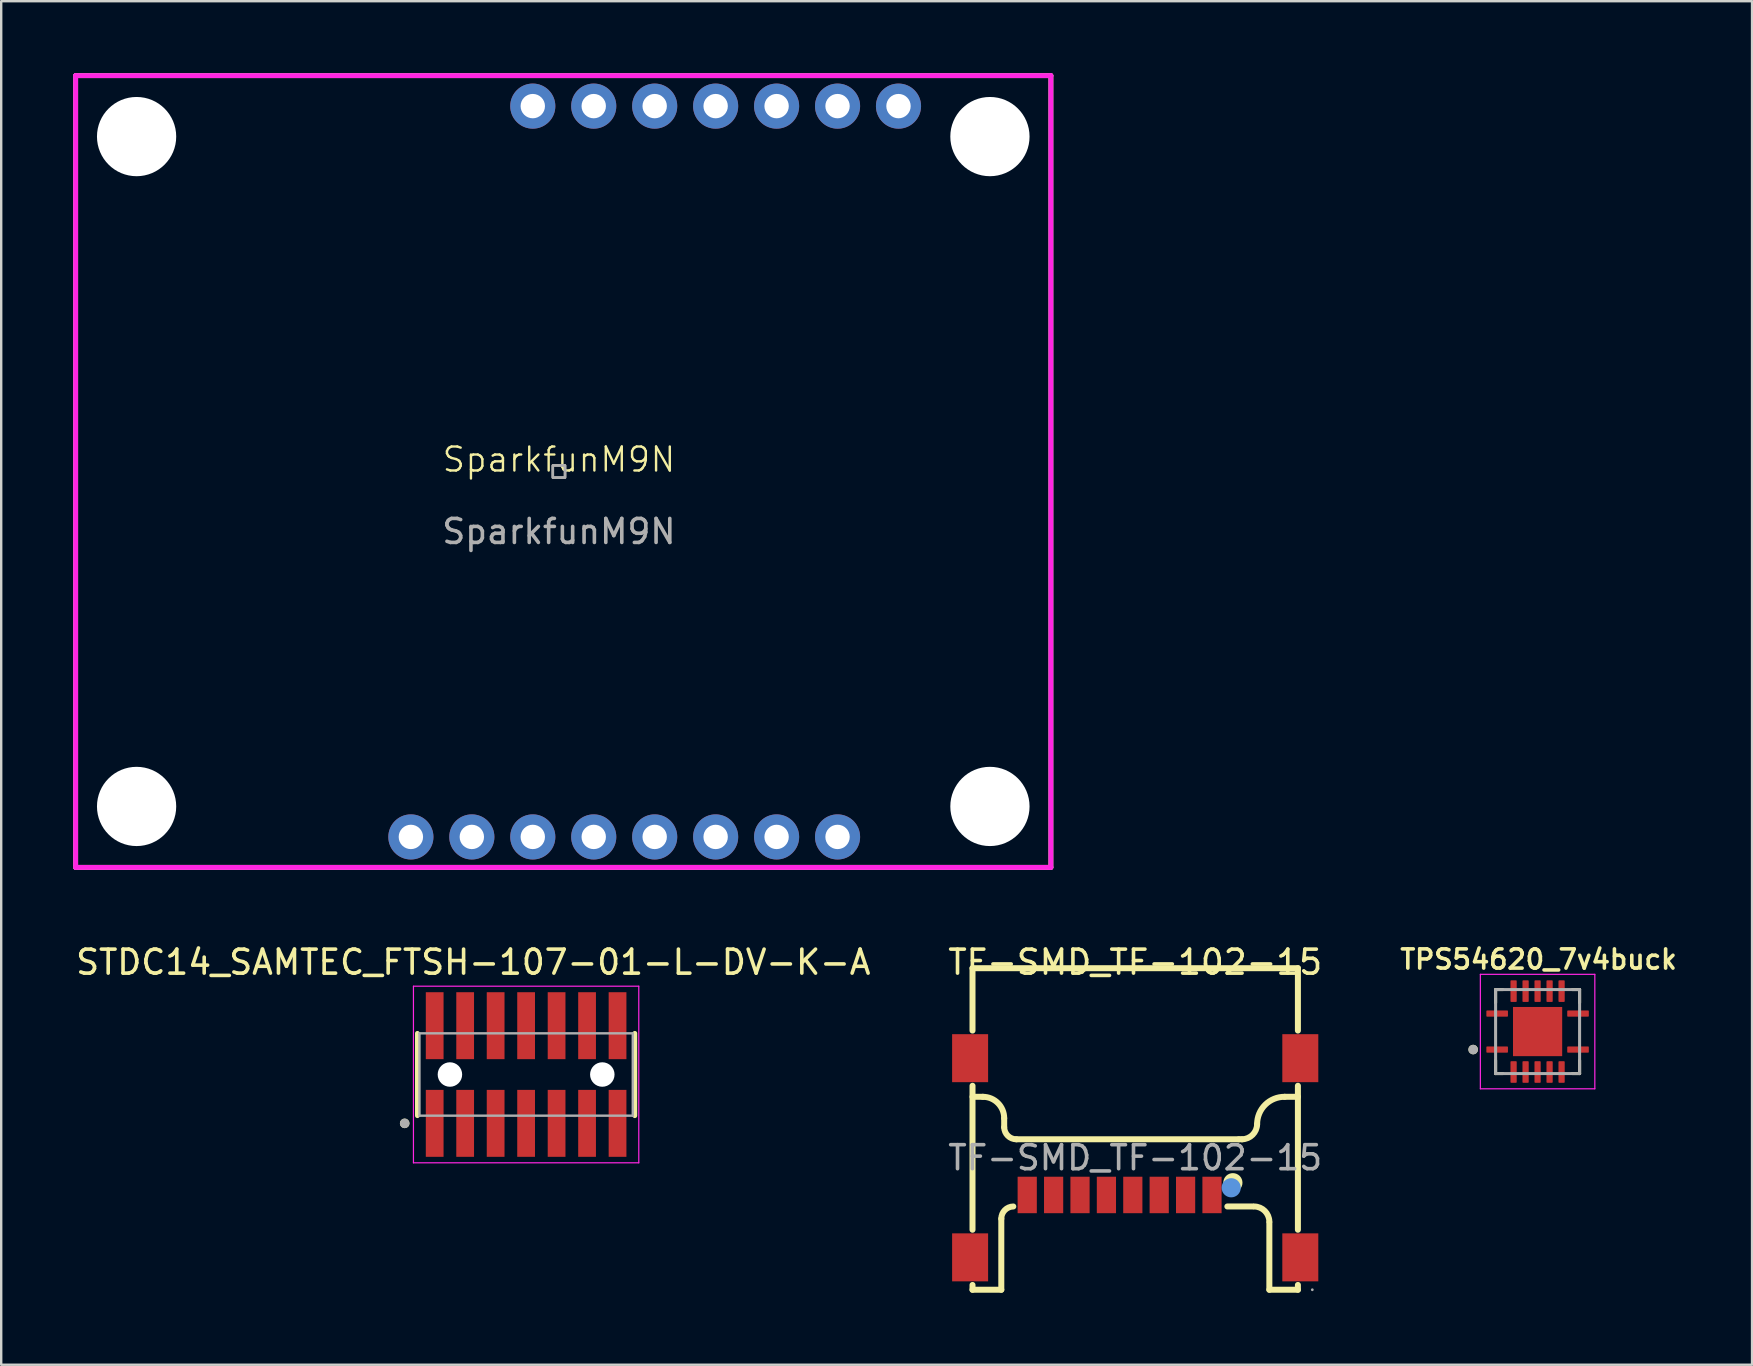
<source format=kicad_pcb>
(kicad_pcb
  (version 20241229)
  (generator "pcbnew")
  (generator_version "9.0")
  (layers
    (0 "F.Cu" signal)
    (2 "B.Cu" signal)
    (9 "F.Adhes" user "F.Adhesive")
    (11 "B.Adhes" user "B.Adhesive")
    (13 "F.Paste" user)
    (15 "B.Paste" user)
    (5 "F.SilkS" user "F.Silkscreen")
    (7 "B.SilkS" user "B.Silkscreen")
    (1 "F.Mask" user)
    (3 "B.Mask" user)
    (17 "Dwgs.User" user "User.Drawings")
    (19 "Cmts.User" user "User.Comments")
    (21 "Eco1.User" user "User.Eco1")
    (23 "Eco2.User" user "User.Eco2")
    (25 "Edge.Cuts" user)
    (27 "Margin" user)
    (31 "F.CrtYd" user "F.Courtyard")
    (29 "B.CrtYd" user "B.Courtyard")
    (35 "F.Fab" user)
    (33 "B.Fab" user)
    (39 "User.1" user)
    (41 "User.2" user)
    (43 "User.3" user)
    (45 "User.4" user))
  (footprint "STDC14_SAMTEC_FTSH-107-01-L-DV-K-A"
    (layer "F.Cu")
    (at 18.874 41.727)
    (property "Reference" "STDC14_SAMTEC_FTSH-107-01-L-DV-K-A" (at -2.201 -4.681 0) (layer "F.SilkS") (effects (font (size 1 1) (thickness 0.15))))
    (attr smd)
    (fp_circle (center -3.175 0) (end -2.614 0) (stroke (width 0) (type solid)) (fill yes) (layer "B.Mask"))
    (fp_circle (center 3.175 0) (end 3.736 0) (stroke (width 0) (type solid)) (fill yes) (layer "B.Mask"))
    (fp_line (start -4.53 -1.715) (end -4.53 1.715) (stroke (width 0.2) (type solid)) (layer "F.SilkS"))
    (fp_line (start 4.53 1.715) (end 4.53 -1.715) (stroke (width 0.2) (type solid)) (layer "F.SilkS"))
    (fp_circle (center -5.06 2.035) (end -4.96 2.035) (stroke (width 0.2) (type solid)) (fill no) (layer "F.SilkS"))
    (fp_poly (pts (xy -1.64 -3.427) (xy -0.9 -3.427) (xy -0.9 -0.637) (xy -1.64 -0.637)) (stroke (width 0.01) (type solid)) (fill yes) (layer "F.Paste"))
    (fp_poly (pts (xy -1.64 0.637) (xy -0.9 0.637) (xy -0.9 3.427) (xy -1.64 3.427)) (stroke (width 0.01) (type solid)) (fill yes) (layer "F.Paste"))
    (fp_poly (pts (xy -0.37 -3.427) (xy 0.37 -3.427) (xy 0.37 -0.637) (xy -0.37 -0.637)) (stroke (width 0.01) (type solid)) (fill yes) (layer "F.Paste"))
    (fp_poly (pts (xy -0.37 0.637) (xy 0.37 0.637) (xy 0.37 3.427) (xy -0.37 3.427)) (stroke (width 0.01) (type solid)) (fill yes) (layer "F.Paste"))
    (fp_poly (pts (xy 0.9 -3.427) (xy 1.64 -3.427) (xy 1.64 -0.637) (xy 0.9 -0.637)) (stroke (width 0.01) (type solid)) (fill yes) (layer "F.Paste"))
    (fp_poly (pts (xy 0.9 0.637) (xy 1.64 0.637) (xy 1.64 3.427) (xy 0.9 3.427)) (stroke (width 0.01) (type solid)) (fill yes) (layer "F.Paste"))
    (fp_poly (pts (xy 2.17 -3.427) (xy 2.91 -3.427) (xy 2.91 -0.637) (xy 2.17 -0.637)) (stroke (width 0.01) (type solid)) (fill yes) (layer "F.Paste"))
    (fp_poly (pts (xy 2.17 0.637) (xy 2.91 0.637) (xy 2.91 3.427) (xy 2.17 3.427)) (stroke (width 0.01) (type solid)) (fill yes) (layer "F.Paste"))
    (fp_poly (pts (xy 3.44 -3.427) (xy 4.18 -3.427) (xy 4.18 -0.637) (xy 3.44 -0.637)) (stroke (width 0.01) (type solid)) (fill yes) (layer "F.Paste"))
    (fp_poly (pts (xy 3.44 0.637) (xy 4.18 0.637) (xy 4.18 3.427) (xy 3.44 3.427)) (stroke (width 0.01) (type solid)) (fill yes) (layer "F.Paste"))
    (fp_line (start -4.695 -3.68) (end 4.695 -3.68) (stroke (width 0.05) (type solid)) (layer "F.CrtYd"))
    (fp_line (start -4.695 3.68) (end -4.695 -3.68) (stroke (width 0.05) (type solid)) (layer "F.CrtYd"))
    (fp_line (start 4.695 -3.68) (end 4.695 3.68) (stroke (width 0.05) (type solid)) (layer "F.CrtYd"))
    (fp_line (start 4.695 3.68) (end -4.695 3.68) (stroke (width 0.05) (type solid)) (layer "F.CrtYd"))
    (fp_line (start -4.445 1.715) (end -4.445 -1.715) (stroke (width 0.1) (type solid)) (layer "F.Fab"))
    (fp_line (start -4.445 1.715) (end 4.445 1.715) (stroke (width 0.1) (type solid)) (layer "F.Fab"))
    (fp_line (start 4.445 -1.715) (end -4.445 -1.715) (stroke (width 0.1) (type solid)) (layer "F.Fab"))
    (fp_line (start 4.445 1.715) (end 4.445 -1.715) (stroke (width 0.1) (type solid)) (layer "F.Fab"))
    (fp_circle (center -5.06 2.035) (end -4.96 2.035) (stroke (width 0.2) (type solid)) (fill no) (layer "F.Fab"))
    (pad "" np_thru_hole circle (at -3.175 0) (size 1.02 1.02) (drill 1.02) (layers "*.Cu" "*.Mask"))
    (pad "" np_thru_hole circle (at 3.175 0) (size 1.02 1.02) (drill 1.02) (layers "*.Cu" "*.Mask"))
    (pad "01" smd rect (at -3.81 2.035) (size 0.74 2.79) (layers "F.Cu" "F.Mask" "F.Paste"))
    (pad "02" smd rect (at -3.81 -2.035) (size 0.74 2.79) (layers "F.Cu" "F.Mask" "F.Paste"))
    (pad "03" smd rect (at -2.54 2.035) (size 0.74 2.79) (layers "F.Cu" "F.Mask" "F.Paste"))
    (pad "04" smd rect (at -2.54 -2.035) (size 0.74 2.79) (layers "F.Cu" "F.Mask" "F.Paste"))
    (pad "05" smd rect (at -1.27 2.035) (size 0.74 2.79) (layers "F.Cu" "F.Mask" "F.Paste"))
    (pad "06" smd rect (at -1.27 -2.035) (size 0.74 2.79) (layers "F.Cu" "F.Mask" "F.Paste"))
    (pad "07" smd rect (at 0 2.035) (size 0.74 2.79) (layers "F.Cu" "F.Mask" "F.Paste"))
    (pad "08" smd rect (at 0 -2.035) (size 0.74 2.79) (layers "F.Cu" "F.Mask" "F.Paste"))
    (pad "09" smd rect (at 1.27 2.035) (size 0.74 2.79) (layers "F.Cu" "F.Mask" "F.Paste"))
    (pad "10" smd rect (at 1.27 -2.035) (size 0.74 2.79) (layers "F.Cu" "F.Mask" "F.Paste"))
    (pad "11" smd rect (at 2.54 2.035) (size 0.74 2.79) (layers "F.Cu" "F.Mask" "F.Paste"))
    (pad "12" smd rect (at 2.54 -2.035) (size 0.74 2.79) (layers "F.Cu" "F.Mask" "F.Paste"))
    (pad "13" smd rect (at 3.81 2.035) (size 0.74 2.79) (layers "F.Cu" "F.Mask" "F.Paste"))
    (pad "14" smd rect (at 3.81 -2.035) (size 0.74 2.79) (layers "F.Cu" "F.Mask" "F.Paste")))
  (footprint "TF-SMD_TF-102-15"
    (layer "F.Cu")
    (at 44.256 45.196)
    (property "Reference" "TF-SMD_TF-102-15" (at 0 -8.15 0) (layer "F.SilkS") (effects (font (size 1 1) (thickness 0.15))))
    (attr smd)
    (fp_line (start -6.78 -7.9) (end -6.78 -5.3) (stroke (width 0.25) (type solid)) (layer "F.SilkS"))
    (fp_line (start -6.78 -7.9) (end 6.78 -7.9) (stroke (width 0.25) (type solid)) (layer "F.SilkS"))
    (fp_line (start -6.78 -3) (end -6.78 3) (stroke (width 0.25) (type solid)) (layer "F.SilkS"))
    (fp_line (start -6.78 -2.54) (end -6.34 -2.54) (stroke (width 0.25) (type solid)) (layer "F.SilkS"))
    (fp_line (start -6.78 5.3) (end -6.78 5.5) (stroke (width 0.25) (type solid)) (layer "F.SilkS"))
    (fp_line (start -6.78 5.5) (end -5.58 5.5) (stroke (width 0.25) (type solid)) (layer "F.SilkS"))
    (fp_line (start -5.58 5.5) (end -5.58 2.54) (stroke (width 0.25) (type solid)) (layer "F.SilkS"))
    (fp_line (start -5.46 -1.65) (end -5.46 -1.27) (stroke (width 0.25) (type solid)) (layer "F.SilkS"))
    (fp_line (start -4.95 -0.77) (end 4.32 -0.77) (stroke (width 0.25) (type solid)) (layer "F.SilkS"))
    (fp_line (start 4.32 -0.77) (end 4.45 -0.77) (stroke (width 0.25) (type solid)) (layer "F.SilkS"))
    (fp_line (start 4.9 2.03) (end 3.84 2.03) (stroke (width 0.25) (type solid)) (layer "F.SilkS"))
    (fp_line (start 5.59 5.5) (end 5.59 2.7) (stroke (width 0.25) (type solid)) (layer "F.SilkS"))
    (fp_line (start 6.23 -2.54) (end 6.78 -2.54) (stroke (width 0.25) (type solid)) (layer "F.SilkS"))
    (fp_line (start 6.78 -7.9) (end 6.78 -5.3) (stroke (width 0.25) (type solid)) (layer "F.SilkS"))
    (fp_line (start 6.78 -3) (end 6.78 3) (stroke (width 0.25) (type solid)) (layer "F.SilkS"))
    (fp_line (start 6.78 5.3) (end 6.78 5.5) (stroke (width 0.25) (type solid)) (layer "F.SilkS"))
    (fp_line (start 6.78 5.5) (end 5.59 5.5) (stroke (width 0.25) (type solid)) (layer "F.SilkS"))
    (fp_arc (start -6.35 -2.54) (mid -5.720675 -2.279325) (end -5.46 -1.65) (stroke (width 0.25) (type solid)) (layer "F.SilkS"))
    (fp_arc (start -5.580098 2.540118) (mid -5.434253 2.182901) (end -5.08 2.03) (stroke (width 0.25) (type solid)) (layer "F.SilkS"))
    (fp_arc (start -4.95 -0.77) (mid -5.307114 -0.915899) (end -5.459904 -1.27012) (stroke (width 0.25) (type solid)) (layer "F.SilkS"))
    (fp_arc (start 4.959884 2.029998) (mid 5.402563 2.217355) (end 5.59 2.66) (stroke (width 0.25) (type solid)) (layer "F.SilkS"))
    (fp_arc (start 5.079956 -1.400051) (mid 5.417429 -2.209679) (end 6.23 -2.54) (stroke (width 0.25) (type solid)) (layer "F.SilkS"))
    (fp_arc (start 5.08 -1.4) (mid 4.892563 -0.957355) (end 4.449884 -0.769998) (stroke (width 0.25) (type solid)) (layer "F.SilkS"))
    (fp_circle (center 4.07 1.04) (end 4.27 1.04) (stroke (width 0.4) (type solid)) (fill no) (layer "F.SilkS"))
    (fp_circle (center 4 1.25) (end 4.2 1.25) (stroke (width 0.4) (type solid)) (fill no) (layer "Cmts.User"))
    (fp_circle (center 7.38 5.5) (end 7.41 5.5) (stroke (width 0.06) (type solid)) (fill no) (layer "F.Fab"))
    (fp_text user "${REFERENCE}" (at 0 0 0) (layer "F.Fab") (effects (font (size 1 1) (thickness 0.15))))
    (pad "1" smd rect (at 3.2 1.55) (size 0.8 1.52) (layers "F.Cu" "F.Mask" "F.Paste"))
    (pad "2" smd rect (at 2.1 1.55) (size 0.8 1.52) (layers "F.Cu" "F.Mask" "F.Paste"))
    (pad "3" smd rect (at 1 1.55) (size 0.8 1.52) (layers "F.Cu" "F.Mask" "F.Paste"))
    (pad "4" smd rect (at -0.1 1.55) (size 0.8 1.52) (layers "F.Cu" "F.Mask" "F.Paste"))
    (pad "5" smd rect (at -1.2 1.55) (size 0.8 1.52) (layers "F.Cu" "F.Mask" "F.Paste"))
    (pad "6" smd rect (at -2.3 1.55) (size 0.8 1.52) (layers "F.Cu" "F.Mask" "F.Paste"))
    (pad "7" smd rect (at -3.4 1.55) (size 0.8 1.52) (layers "F.Cu" "F.Mask" "F.Paste"))
    (pad "8" smd rect (at -4.5 1.55) (size 0.8 1.52) (layers "F.Cu" "F.Mask" "F.Paste"))
    (pad "9" smd rect (at -6.88 -4.15) (size 1.5 2) (layers "F.Cu" "F.Mask" "F.Paste"))
    (pad "10" smd rect (at -6.88 4.15) (size 1.5 2) (layers "F.Cu" "F.Mask" "F.Paste"))
    (pad "11" smd rect (at 6.88 -4.15) (size 1.5 2) (layers "F.Cu" "F.Mask" "F.Paste"))
    (pad "12" smd rect (at 6.88 4.15) (size 1.5 2) (layers "F.Cu" "F.Mask" "F.Paste")))
  (footprint "SparkfunM9N"
    (layer "F.Cu")
    (at 20.242 16.599)
    (property "Reference" "SparkfunM9N" (at 0 -0.5 0) (unlocked yes) (layer "F.SilkS") (effects (font (size 1 1) (thickness 0.1))))
    (attr smd)
    (fp_line (start -20.14 -16.497) (end 20.5 -16.497) (stroke (width 0.203) (type solid)) (layer "F.SilkS"))
    (fp_line (start -20.14 16.497) (end -20.14 -16.497) (stroke (width 0.203) (type solid)) (layer "F.SilkS"))
    (fp_line (start 20.5 -16.497) (end 20.5 16.497) (stroke (width 0.203) (type solid)) (layer "F.SilkS"))
    (fp_line (start 20.5 16.497) (end -20.14 16.497) (stroke (width 0.203) (type solid)) (layer "F.SilkS"))
    (fp_line (start -20.14 -16.497) (end 20.5 -16.497) (stroke (width 0.203) (type solid)) (layer "F.CrtYd"))
    (fp_line (start -20.14 16.497) (end -20.14 -16.497) (stroke (width 0.203) (type solid)) (layer "F.CrtYd"))
    (fp_line (start 20.5 -16.497) (end 20.5 16.497) (stroke (width 0.203) (type solid)) (layer "F.CrtYd"))
    (fp_line (start 20.5 16.497) (end -20.14 16.497) (stroke (width 0.203) (type solid)) (layer "F.CrtYd"))
    (fp_poly (pts (xy -0.254 0.254) (xy 0.254 0.254) (xy 0.254 -0.254) (xy -0.254 -0.254)) (stroke (width 0.1) (type default)) (fill no) (layer "F.Fab"))
    (fp_poly (pts (xy -0.254 0.254) (xy 0.254 0.254) (xy 0.254 -0.254) (xy -0.254 -0.254)) (stroke (width 0.1) (type default)) (fill no) (layer "F.Fab"))
    (fp_poly (pts (xy -0.254 0.254) (xy 0.254 0.254) (xy 0.254 -0.254) (xy -0.254 -0.254)) (stroke (width 0.1) (type default)) (fill no) (layer "F.Fab"))
    (fp_text user "${REFERENCE}" (at 0 2.5 0) (unlocked yes) (layer "F.Fab") (effects (font (size 1 1) (thickness 0.15))))
    (pad "" np_thru_hole circle (at -17.6 -13.957) (size 3.302 3.302) (drill 3.302) (layers "*.Cu" "*.Mask"))
    (pad "" np_thru_hole circle (at -17.6 13.957) (size 3.302 3.302) (drill 3.302) (layers "*.Cu" "*.Mask"))
    (pad "" np_thru_hole circle (at 17.96 -13.957) (size 3.302 3.302) (drill 3.302) (layers "*.Cu" "*.Mask"))
    (pad "" np_thru_hole circle (at 17.96 13.957) (size 3.302 3.302) (drill 3.302) (layers "*.Cu" "*.Mask"))
    (pad "1" thru_hole circle (at -1.09 -15.227 90) (size 1.88 1.88) (drill 1.016) (layers "*.Cu" "*.Mask"))
    (pad "1" thru_hole circle (at 1.45 15.227 270) (size 1.88 1.88) (drill 1.016) (layers "*.Cu" "*.Mask"))
    (pad "1" thru_hole circle (at 3.99 15.227 90) (size 1.88 1.88) (drill 1.016) (layers "*.Cu" "*.Mask"))
    (pad "2" thru_hole circle (at -1.09 15.227 270) (size 1.88 1.88) (drill 1.016) (layers "*.Cu" "*.Mask"))
    (pad "2" thru_hole circle (at 1.45 -15.227 90) (size 1.88 1.88) (drill 1.016) (layers "*.Cu" "*.Mask"))
    (pad "2" thru_hole circle (at 6.53 15.227 90) (size 1.88 1.88) (drill 1.016) (layers "*.Cu" "*.Mask"))
    (pad "3" thru_hole circle (at -3.63 15.227 270) (size 1.88 1.88) (drill 1.016) (layers "*.Cu" "*.Mask"))
    (pad "3" thru_hole circle (at 3.99 -15.227 90) (size 1.88 1.88) (drill 1.016) (layers "*.Cu" "*.Mask"))
    (pad "3" thru_hole circle (at 9.07 15.227 90) (size 1.88 1.88) (drill 1.016) (layers "*.Cu" "*.Mask"))
    (pad "4" thru_hole circle (at -6.17 15.227 270) (size 1.88 1.88) (drill 1.016) (layers "*.Cu" "*.Mask"))
    (pad "4" thru_hole circle (at 6.53 -15.227 90) (size 1.88 1.88) (drill 1.016) (layers "*.Cu" "*.Mask"))
    (pad "4" thru_hole circle (at 11.61 15.227 90) (size 1.88 1.88) (drill 1.016) (layers "*.Cu" "*.Mask"))
    (pad "5" thru_hole circle (at 9.07 -15.227 90) (size 1.88 1.88) (drill 1.016) (layers "*.Cu" "*.Mask"))
    (pad "6" thru_hole circle (at 11.61 -15.227 90) (size 1.88 1.88) (drill 1.016) (layers "*.Cu" "*.Mask"))
    (pad "7" thru_hole circle (at 14.15 -15.227 90) (size 1.88 1.88) (drill 1.016) (layers "*.Cu" "*.Mask")))
  (footprint "TPS54620_7v4buck"
    (layer "F.Cu")
    (at 61.024 39.937)
    (property "Reference" "TPS54620_7v4buck" (at 0.04 -3.008 0) (layer "F.SilkS") (effects (font (size 0.8 0.8) (thickness 0.15))))
    (attr smd)
    (fp_line (start -1.75 -1.75) (end -1.75 -1.2) (stroke (width 0.127) (type solid)) (layer "F.SilkS"))
    (fp_line (start -1.75 -1.75) (end -1.45 -1.75) (stroke (width 0.127) (type solid)) (layer "F.SilkS"))
    (fp_line (start -1.75 1.75) (end -1.75 1.2) (stroke (width 0.127) (type solid)) (layer "F.SilkS"))
    (fp_line (start -1.75 1.75) (end -1.45 1.75) (stroke (width 0.127) (type solid)) (layer "F.SilkS"))
    (fp_line (start 1.75 -1.75) (end 1.45 -1.75) (stroke (width 0.127) (type solid)) (layer "F.SilkS"))
    (fp_line (start 1.75 -1.75) (end 1.75 -1.2) (stroke (width 0.127) (type solid)) (layer "F.SilkS"))
    (fp_line (start 1.75 1.75) (end 1.45 1.75) (stroke (width 0.127) (type solid)) (layer "F.SilkS"))
    (fp_line (start 1.75 1.75) (end 1.75 1.2) (stroke (width 0.127) (type solid)) (layer "F.SilkS"))
    (fp_circle (center -2.685 0.75) (end -2.585 0.75) (stroke (width 0.2) (type solid)) (fill no) (layer "F.SilkS"))
    (fp_poly (pts (xy -0.65 -0.65) (xy 0.65 -0.65) (xy 0.65 0.65) (xy -0.65 0.65)) (stroke (width 0.01) (type solid)) (fill yes) (layer "F.Paste"))
    (fp_line (start -2.385 -2.385) (end 2.385 -2.385) (stroke (width 0.05) (type solid)) (layer "F.CrtYd"))
    (fp_line (start -2.385 2.385) (end -2.385 -2.385) (stroke (width 0.05) (type solid)) (layer "F.CrtYd"))
    (fp_line (start -2.385 2.385) (end 2.385 2.385) (stroke (width 0.05) (type solid)) (layer "F.CrtYd"))
    (fp_line (start 2.385 2.385) (end 2.385 -2.385) (stroke (width 0.05) (type solid)) (layer "F.CrtYd"))
    (fp_line (start -1.75 1.75) (end -1.75 -1.75) (stroke (width 0.127) (type solid)) (layer "F.Fab"))
    (fp_line (start 1.75 -1.75) (end -1.75 -1.75) (stroke (width 0.127) (type solid)) (layer "F.Fab"))
    (fp_line (start 1.75 1.75) (end -1.75 1.75) (stroke (width 0.127) (type solid)) (layer "F.Fab"))
    (fp_line (start 1.75 1.75) (end 1.75 -1.75) (stroke (width 0.127) (type solid)) (layer "F.Fab"))
    (fp_circle (center -2.685 0.75) (end -2.585 0.75) (stroke (width 0.2) (type solid)) (fill no) (layer "F.Fab"))
    (pad "1" smd roundrect (at -1.685 0.75) (size 0.9 0.26) (layers "F.Cu" "F.Mask" "F.Paste") (roundrect_rratio 0.125))
    (pad "2" smd roundrect (at -1 1.685) (size 0.26 0.9) (layers "F.Cu" "F.Mask" "F.Paste") (roundrect_rratio 0.125))
    (pad "3" smd roundrect (at -0.5 1.685) (size 0.26 0.9) (layers "F.Cu" "F.Mask" "F.Paste") (roundrect_rratio 0.125))
    (pad "4" smd roundrect (at 0 1.685) (size 0.26 0.9) (layers "F.Cu" "F.Mask" "F.Paste") (roundrect_rratio 0.125))
    (pad "5" smd roundrect (at 0.5 1.685) (size 0.26 0.9) (layers "F.Cu" "F.Mask" "F.Paste") (roundrect_rratio 0.125))
    (pad "6" smd roundrect (at 1 1.685) (size 0.26 0.9) (layers "F.Cu" "F.Mask" "F.Paste") (roundrect_rratio 0.125))
    (pad "7" smd roundrect (at 1.685 0.75) (size 0.9 0.26) (layers "F.Cu" "F.Mask" "F.Paste") (roundrect_rratio 0.125))
    (pad "8" smd roundrect (at 1.685 -0.75) (size 0.9 0.26) (layers "F.Cu" "F.Mask" "F.Paste") (roundrect_rratio 0.125))
    (pad "9" smd roundrect (at 1 -1.685) (size 0.26 0.9) (layers "F.Cu" "F.Mask" "F.Paste") (roundrect_rratio 0.125))
    (pad "10" smd roundrect (at 0.5 -1.685) (size 0.26 0.9) (layers "F.Cu" "F.Mask" "F.Paste") (roundrect_rratio 0.125))
    (pad "11" smd roundrect (at 0 -1.685) (size 0.26 0.9) (layers "F.Cu" "F.Mask" "F.Paste") (roundrect_rratio 0.125))
    (pad "12" smd roundrect (at -0.5 -1.685) (size 0.26 0.9) (layers "F.Cu" "F.Mask" "F.Paste") (roundrect_rratio 0.125))
    (pad "13" smd roundrect (at -1 -1.685) (size 0.26 0.9) (layers "F.Cu" "F.Mask" "F.Paste") (roundrect_rratio 0.125))
    (pad "14" smd roundrect (at -1.685 -0.75) (size 0.9 0.26) (layers "F.Cu" "F.Mask" "F.Paste") (roundrect_rratio 0.125))
    (pad "15" smd rect (at 0 0) (size 2.05 2.05) (layers "F.Cu" "F.Mask")))
  (gr_rect
    (start -3 -3)
    (end 69.961 53.821)
    (stroke (width 0.1) (type default))
    (fill no)
    (layer "Edge.Cuts")))
</source>
